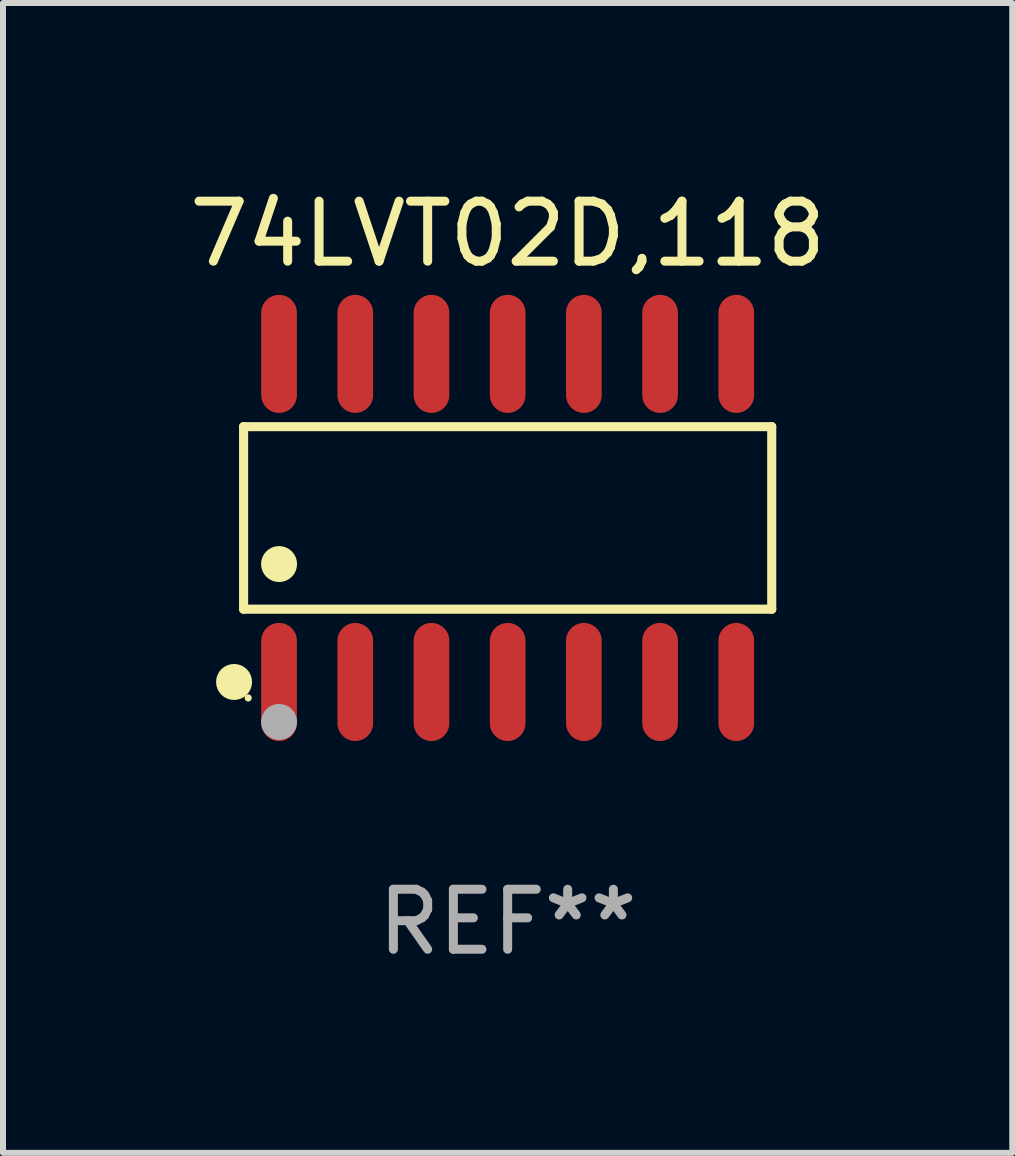
<source format=kicad_pcb>
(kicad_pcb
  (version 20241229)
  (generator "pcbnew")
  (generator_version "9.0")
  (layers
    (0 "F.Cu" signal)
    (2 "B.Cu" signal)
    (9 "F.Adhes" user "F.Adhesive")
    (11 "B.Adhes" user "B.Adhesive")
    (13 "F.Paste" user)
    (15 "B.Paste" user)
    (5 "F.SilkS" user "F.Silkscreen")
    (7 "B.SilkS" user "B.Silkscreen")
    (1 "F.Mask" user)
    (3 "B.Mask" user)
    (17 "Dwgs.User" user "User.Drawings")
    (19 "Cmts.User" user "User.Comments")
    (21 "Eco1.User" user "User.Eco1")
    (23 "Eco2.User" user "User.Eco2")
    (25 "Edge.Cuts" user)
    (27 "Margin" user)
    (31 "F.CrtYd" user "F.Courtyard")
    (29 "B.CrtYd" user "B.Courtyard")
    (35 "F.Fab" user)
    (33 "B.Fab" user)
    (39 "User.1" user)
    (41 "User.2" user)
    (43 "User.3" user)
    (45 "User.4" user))
  (footprint "74LVT02D,118"
    (layer "F.Cu")
    (at 5.411 5.582)
    (property "Reference" "74LVT02D,118" (at 0 -4.734 0) (layer "F.SilkS") (effects (font (size 1 1) (thickness 0.15))))
    (attr through_hole)
    (fp_line (start -4.401 -1.521) (end 4.401 -1.521) (stroke (width 0.152) (type solid)) (layer "F.SilkS"))
    (fp_line (start -4.401 1.521) (end -4.401 -1.521) (stroke (width 0.152) (type solid)) (layer "F.SilkS"))
    (fp_line (start 4.401 -1.521) (end 4.401 1.521) (stroke (width 0.152) (type solid)) (layer "F.SilkS"))
    (fp_line (start 4.401 1.521) (end -4.401 1.521) (stroke (width 0.152) (type solid)) (layer "F.SilkS"))
    (fp_circle (center -4.56 2.734) (end -4.41 2.734) (stroke (width 0.3) (type solid)) (fill no) (layer "F.SilkS"))
    (fp_circle (center -4.325 3) (end -4.295 3) (stroke (width 0.06) (type solid)) (fill no) (layer "F.SilkS"))
    (fp_circle (center -3.81 0.769) (end -3.66 0.769) (stroke (width 0.3) (type solid)) (fill no) (layer "F.SilkS"))
    (fp_circle (center -3.81 3.4) (end -3.66 3.4) (stroke (width 0.3) (type solid)) (fill no) (layer "F.Fab"))
    (fp_text user "REF**" (at 0 6.734 0) (layer "F.Fab") (effects (font (size 1 1) (thickness 0.15))))
    (pad "1" smd oval (at -3.81 2.734) (size 0.595 1.968) (layers "F.Cu" "F.Mask" "F.Paste"))
    (pad "2" smd oval (at -2.54 2.734) (size 0.595 1.968) (layers "F.Cu" "F.Mask" "F.Paste"))
    (pad "3" smd oval (at -1.27 2.734) (size 0.595 1.968) (layers "F.Cu" "F.Mask" "F.Paste"))
    (pad "4" smd oval (at 0 2.734) (size 0.595 1.968) (layers "F.Cu" "F.Mask" "F.Paste"))
    (pad "5" smd oval (at 1.27 2.734) (size 0.595 1.968) (layers "F.Cu" "F.Mask" "F.Paste"))
    (pad "6" smd oval (at 2.54 2.734) (size 0.595 1.968) (layers "F.Cu" "F.Mask" "F.Paste"))
    (pad "7" smd oval (at 3.81 2.734) (size 0.595 1.968) (layers "F.Cu" "F.Mask" "F.Paste"))
    (pad "8" smd oval (at 3.81 -2.734) (size 0.595 1.968) (layers "F.Cu" "F.Mask" "F.Paste"))
    (pad "9" smd oval (at 2.54 -2.734) (size 0.595 1.968) (layers "F.Cu" "F.Mask" "F.Paste"))
    (pad "10" smd oval (at 1.27 -2.734) (size 0.595 1.968) (layers "F.Cu" "F.Mask" "F.Paste"))
    (pad "11" smd oval (at 0 -2.734) (size 0.595 1.968) (layers "F.Cu" "F.Mask" "F.Paste"))
    (pad "12" smd oval (at -1.27 -2.734) (size 0.595 1.968) (layers "F.Cu" "F.Mask" "F.Paste"))
    (pad "13" smd oval (at -2.54 -2.734) (size 0.595 1.968) (layers "F.Cu" "F.Mask" "F.Paste"))
    (pad "14" smd oval (at -3.81 -2.734) (size 0.595 1.968) (layers "F.Cu" "F.Mask" "F.Paste")))
  (gr_rect
    (start -3 -3)
    (end 13.821 16.164)
    (stroke (width 0.1) (type default))
    (fill no)
    (layer "Edge.Cuts")))
</source>
